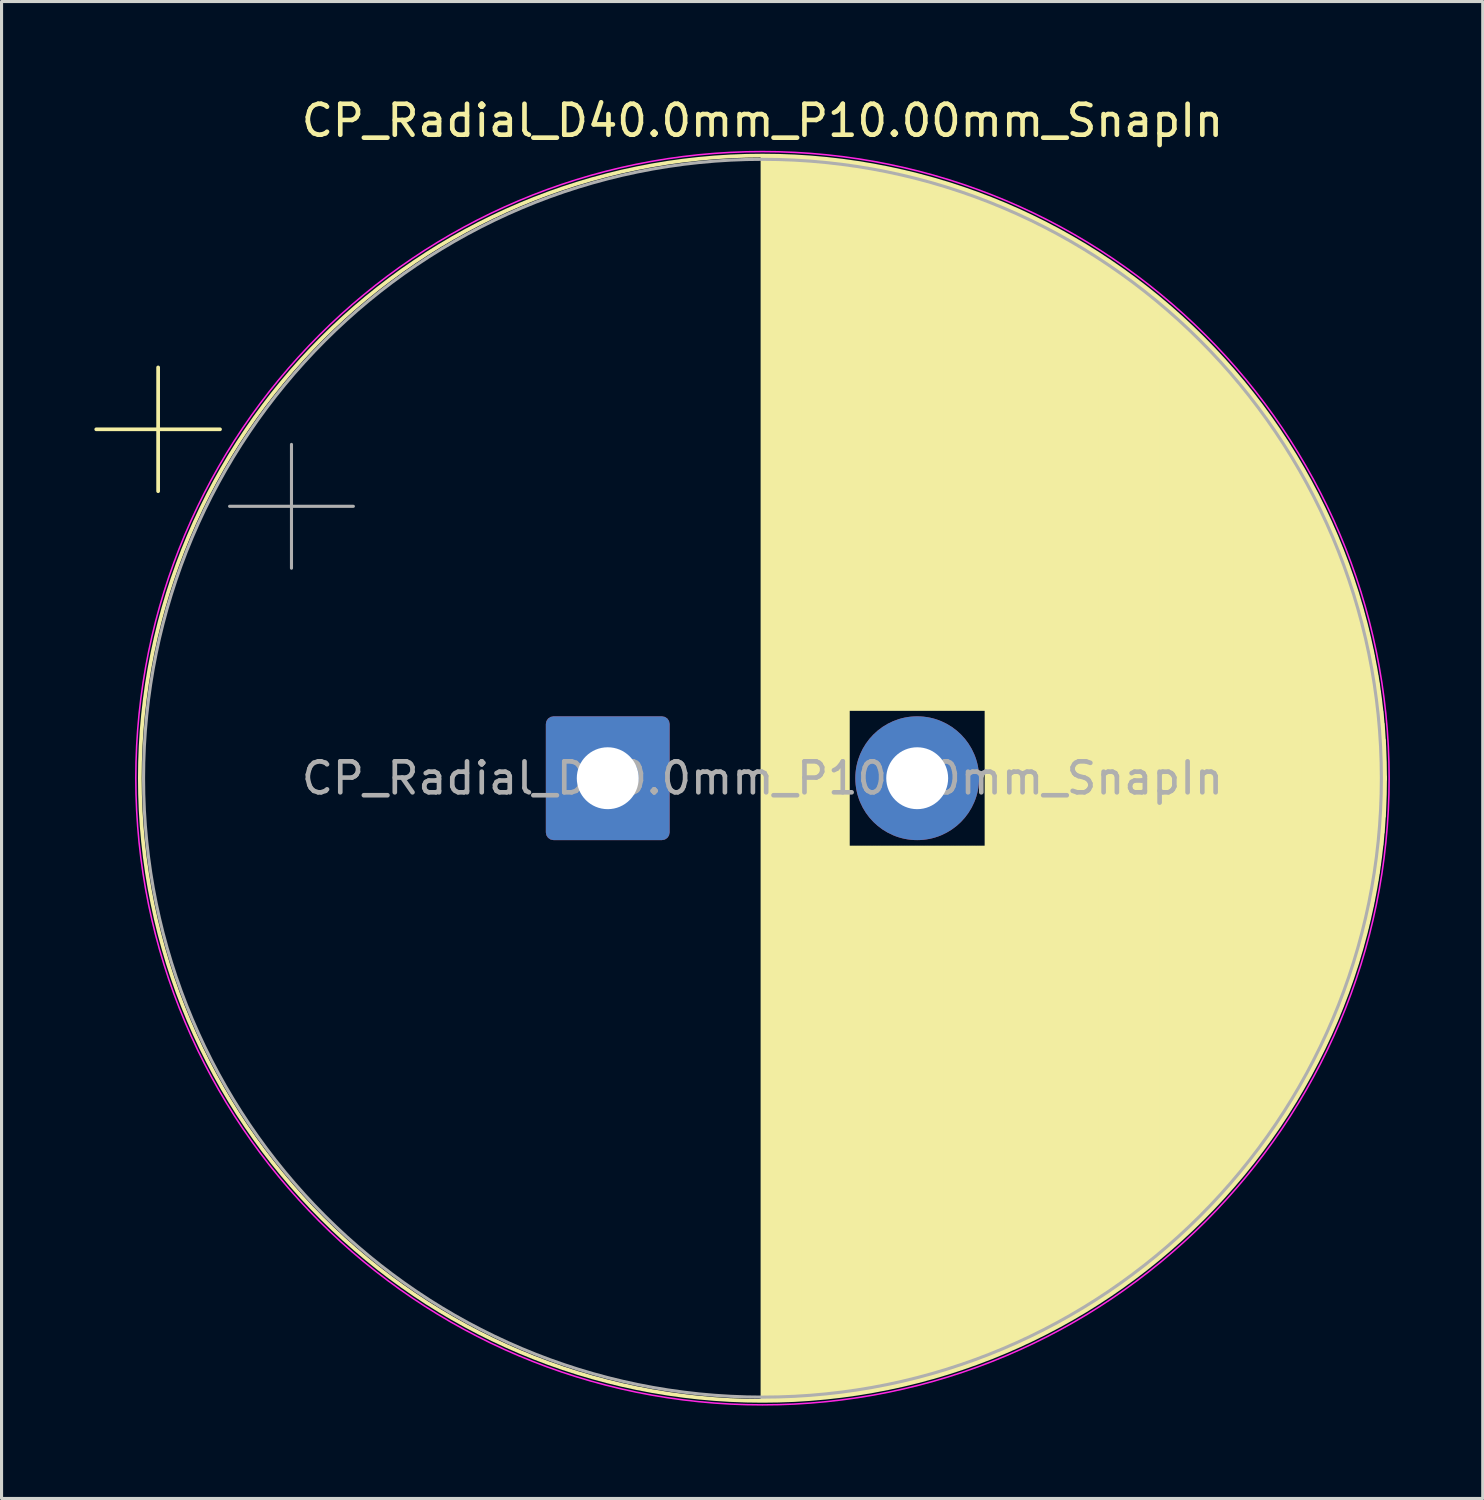
<source format=kicad_pcb>
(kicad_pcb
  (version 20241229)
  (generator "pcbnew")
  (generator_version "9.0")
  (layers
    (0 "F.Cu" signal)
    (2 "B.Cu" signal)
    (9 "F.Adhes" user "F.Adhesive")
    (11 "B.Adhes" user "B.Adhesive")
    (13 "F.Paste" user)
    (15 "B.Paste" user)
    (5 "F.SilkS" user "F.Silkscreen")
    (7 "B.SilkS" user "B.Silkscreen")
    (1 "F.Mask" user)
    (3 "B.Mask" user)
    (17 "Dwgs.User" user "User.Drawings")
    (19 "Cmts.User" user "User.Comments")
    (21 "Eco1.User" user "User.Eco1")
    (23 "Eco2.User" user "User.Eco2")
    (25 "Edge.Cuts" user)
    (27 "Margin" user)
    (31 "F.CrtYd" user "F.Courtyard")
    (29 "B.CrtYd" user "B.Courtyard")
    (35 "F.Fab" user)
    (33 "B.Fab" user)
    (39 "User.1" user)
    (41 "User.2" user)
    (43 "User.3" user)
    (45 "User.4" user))
  (footprint "CP_Radial_D40.0mm_P10.00mm_SnapIn"
    (layer "F.Cu")
    (at 16.589 22.098)
    (property "Reference" "CP_Radial_D40.0mm_P10.00mm_SnapIn" (at 5 -21.25 0) (layer "F.SilkS") (effects (font (size 1 1) (thickness 0.15))))
    (attr through_hole)
    (fp_line (start -16.529 -11.275) (end -12.529 -11.275) (stroke (width 0.12) (type solid)) (layer "F.SilkS"))
    (fp_line (start -14.529 -13.275) (end -14.529 -9.275) (stroke (width 0.12) (type solid)) (layer "F.SilkS"))
    (fp_line (start 5 -20.08) (end 5 20.08) (stroke (width 0.12) (type solid)) (layer "F.SilkS"))
    (fp_line (start 5.04 -20.08) (end 5.04 20.08) (stroke (width 0.12) (type solid)) (layer "F.SilkS"))
    (fp_line (start 5.08 -20.08) (end 5.08 20.08) (stroke (width 0.12) (type solid)) (layer "F.SilkS"))
    (fp_line (start 5.12 -20.08) (end 5.12 20.08) (stroke (width 0.12) (type solid)) (layer "F.SilkS"))
    (fp_line (start 5.16 -20.079) (end 5.16 20.079) (stroke (width 0.12) (type solid)) (layer "F.SilkS"))
    (fp_line (start 5.2 -20.079) (end 5.2 20.079) (stroke (width 0.12) (type solid)) (layer "F.SilkS"))
    (fp_line (start 5.24 -20.079) (end 5.24 20.079) (stroke (width 0.12) (type solid)) (layer "F.SilkS"))
    (fp_line (start 5.28 -20.078) (end 5.28 20.078) (stroke (width 0.12) (type solid)) (layer "F.SilkS"))
    (fp_line (start 5.32 -20.077) (end 5.32 20.077) (stroke (width 0.12) (type solid)) (layer "F.SilkS"))
    (fp_line (start 5.36 -20.077) (end 5.36 20.077) (stroke (width 0.12) (type solid)) (layer "F.SilkS"))
    (fp_line (start 5.4 -20.076) (end 5.4 20.076) (stroke (width 0.12) (type solid)) (layer "F.SilkS"))
    (fp_line (start 5.44 -20.075) (end 5.44 20.075) (stroke (width 0.12) (type solid)) (layer "F.SilkS"))
    (fp_line (start 5.48 -20.074) (end 5.48 20.074) (stroke (width 0.12) (type solid)) (layer "F.SilkS"))
    (fp_line (start 5.52 -20.073) (end 5.52 20.073) (stroke (width 0.12) (type solid)) (layer "F.SilkS"))
    (fp_line (start 5.56 -20.072) (end 5.56 20.072) (stroke (width 0.12) (type solid)) (layer "F.SilkS"))
    (fp_line (start 5.6 -20.071) (end 5.6 20.071) (stroke (width 0.12) (type solid)) (layer "F.SilkS"))
    (fp_line (start 5.64 -20.07) (end 5.64 20.07) (stroke (width 0.12) (type solid)) (layer "F.SilkS"))
    (fp_line (start 5.68 -20.069) (end 5.68 20.069) (stroke (width 0.12) (type solid)) (layer "F.SilkS"))
    (fp_line (start 5.72 -20.067) (end 5.72 20.067) (stroke (width 0.12) (type solid)) (layer "F.SilkS"))
    (fp_line (start 5.76 -20.066) (end 5.76 20.066) (stroke (width 0.12) (type solid)) (layer "F.SilkS"))
    (fp_line (start 5.8 -20.064) (end 5.8 20.064) (stroke (width 0.12) (type solid)) (layer "F.SilkS"))
    (fp_line (start 5.84 -20.062) (end 5.84 20.062) (stroke (width 0.12) (type solid)) (layer "F.SilkS"))
    (fp_line (start 5.88 -20.061) (end 5.88 20.061) (stroke (width 0.12) (type solid)) (layer "F.SilkS"))
    (fp_line (start 5.92 -20.059) (end 5.92 20.059) (stroke (width 0.12) (type solid)) (layer "F.SilkS"))
    (fp_line (start 5.96 -20.057) (end 5.96 20.057) (stroke (width 0.12) (type solid)) (layer "F.SilkS"))
    (fp_line (start 6 -20.055) (end 6 20.055) (stroke (width 0.12) (type solid)) (layer "F.SilkS"))
    (fp_line (start 6.04 -20.053) (end 6.04 20.053) (stroke (width 0.12) (type solid)) (layer "F.SilkS"))
    (fp_line (start 6.08 -20.051) (end 6.08 20.051) (stroke (width 0.12) (type solid)) (layer "F.SilkS"))
    (fp_line (start 6.12 -20.049) (end 6.12 20.049) (stroke (width 0.12) (type solid)) (layer "F.SilkS"))
    (fp_line (start 6.16 -20.047) (end 6.16 20.047) (stroke (width 0.12) (type solid)) (layer "F.SilkS"))
    (fp_line (start 6.2 -20.044) (end 6.2 20.044) (stroke (width 0.12) (type solid)) (layer "F.SilkS"))
    (fp_line (start 6.24 -20.042) (end 6.24 20.042) (stroke (width 0.12) (type solid)) (layer "F.SilkS"))
    (fp_line (start 6.28 -20.039) (end 6.28 20.039) (stroke (width 0.12) (type solid)) (layer "F.SilkS"))
    (fp_line (start 6.32 -20.037) (end 6.32 20.037) (stroke (width 0.12) (type solid)) (layer "F.SilkS"))
    (fp_line (start 6.36 -20.034) (end 6.36 20.034) (stroke (width 0.12) (type solid)) (layer "F.SilkS"))
    (fp_line (start 6.4 -20.031) (end 6.4 20.031) (stroke (width 0.12) (type solid)) (layer "F.SilkS"))
    (fp_line (start 6.44 -20.028) (end 6.44 20.028) (stroke (width 0.12) (type solid)) (layer "F.SilkS"))
    (fp_line (start 6.48 -20.025) (end 6.48 20.025) (stroke (width 0.12) (type solid)) (layer "F.SilkS"))
    (fp_line (start 6.52 -20.023) (end 6.52 20.023) (stroke (width 0.12) (type solid)) (layer "F.SilkS"))
    (fp_line (start 6.56 -20.019) (end 6.56 20.019) (stroke (width 0.12) (type solid)) (layer "F.SilkS"))
    (fp_line (start 6.6 -20.016) (end 6.6 20.016) (stroke (width 0.12) (type solid)) (layer "F.SilkS"))
    (fp_line (start 6.64 -20.013) (end 6.64 20.013) (stroke (width 0.12) (type solid)) (layer "F.SilkS"))
    (fp_line (start 6.68 -20.01) (end 6.68 20.01) (stroke (width 0.12) (type solid)) (layer "F.SilkS"))
    (fp_line (start 6.72 -20.006) (end 6.72 20.006) (stroke (width 0.12) (type solid)) (layer "F.SilkS"))
    (fp_line (start 6.76 -20.003) (end 6.76 20.003) (stroke (width 0.12) (type solid)) (layer "F.SilkS"))
    (fp_line (start 6.8 -19.999) (end 6.8 19.999) (stroke (width 0.12) (type solid)) (layer "F.SilkS"))
    (fp_line (start 6.84 -19.996) (end 6.84 19.996) (stroke (width 0.12) (type solid)) (layer "F.SilkS"))
    (fp_line (start 6.88 -19.992) (end 6.88 19.992) (stroke (width 0.12) (type solid)) (layer "F.SilkS"))
    (fp_line (start 6.92 -19.988) (end 6.92 19.988) (stroke (width 0.12) (type solid)) (layer "F.SilkS"))
    (fp_line (start 6.96 -19.984) (end 6.96 19.984) (stroke (width 0.12) (type solid)) (layer "F.SilkS"))
    (fp_line (start 7 -19.98) (end 7 19.98) (stroke (width 0.12) (type solid)) (layer "F.SilkS"))
    (fp_line (start 7.04 -19.976) (end 7.04 19.976) (stroke (width 0.12) (type solid)) (layer "F.SilkS"))
    (fp_line (start 7.08 -19.972) (end 7.08 19.972) (stroke (width 0.12) (type solid)) (layer "F.SilkS"))
    (fp_line (start 7.12 -19.968) (end 7.12 19.968) (stroke (width 0.12) (type solid)) (layer "F.SilkS"))
    (fp_line (start 7.16 -19.964) (end 7.16 19.964) (stroke (width 0.12) (type solid)) (layer "F.SilkS"))
    (fp_line (start 7.2 -19.959) (end 7.2 19.959) (stroke (width 0.12) (type solid)) (layer "F.SilkS"))
    (fp_line (start 7.24 -19.955) (end 7.24 19.955) (stroke (width 0.12) (type solid)) (layer "F.SilkS"))
    (fp_line (start 7.28 -19.95) (end 7.28 19.95) (stroke (width 0.12) (type solid)) (layer "F.SilkS"))
    (fp_line (start 7.32 -19.946) (end 7.32 19.946) (stroke (width 0.12) (type solid)) (layer "F.SilkS"))
    (fp_line (start 7.36 -19.941) (end 7.36 19.941) (stroke (width 0.12) (type solid)) (layer "F.SilkS"))
    (fp_line (start 7.4 -19.936) (end 7.4 19.936) (stroke (width 0.12) (type solid)) (layer "F.SilkS"))
    (fp_line (start 7.44 -19.931) (end 7.44 19.931) (stroke (width 0.12) (type solid)) (layer "F.SilkS"))
    (fp_line (start 7.48 -19.927) (end 7.48 19.927) (stroke (width 0.12) (type solid)) (layer "F.SilkS"))
    (fp_line (start 7.52 -19.922) (end 7.52 19.922) (stroke (width 0.12) (type solid)) (layer "F.SilkS"))
    (fp_line (start 7.56 -19.916) (end 7.56 19.916) (stroke (width 0.12) (type solid)) (layer "F.SilkS"))
    (fp_line (start 7.6 -19.911) (end 7.6 19.911) (stroke (width 0.12) (type solid)) (layer "F.SilkS"))
    (fp_line (start 7.64 -19.906) (end 7.64 19.906) (stroke (width 0.12) (type solid)) (layer "F.SilkS"))
    (fp_line (start 7.68 -19.901) (end 7.68 19.901) (stroke (width 0.12) (type solid)) (layer "F.SilkS"))
    (fp_line (start 7.72 -19.895) (end 7.72 19.895) (stroke (width 0.12) (type solid)) (layer "F.SilkS"))
    (fp_line (start 7.76 -19.89) (end 7.76 19.89) (stroke (width 0.12) (type solid)) (layer "F.SilkS"))
    (fp_line (start 7.8 -19.884) (end 7.8 -2.24) (stroke (width 0.12) (type solid)) (layer "F.SilkS"))
    (fp_line (start 7.8 2.24) (end 7.8 19.884) (stroke (width 0.12) (type solid)) (layer "F.SilkS"))
    (fp_line (start 7.84 -19.879) (end 7.84 -2.24) (stroke (width 0.12) (type solid)) (layer "F.SilkS"))
    (fp_line (start 7.84 2.24) (end 7.84 19.879) (stroke (width 0.12) (type solid)) (layer "F.SilkS"))
    (fp_line (start 7.88 -19.873) (end 7.88 -2.24) (stroke (width 0.12) (type solid)) (layer "F.SilkS"))
    (fp_line (start 7.88 2.24) (end 7.88 19.873) (stroke (width 0.12) (type solid)) (layer "F.SilkS"))
    (fp_line (start 7.92 -19.867) (end 7.92 -2.24) (stroke (width 0.12) (type solid)) (layer "F.SilkS"))
    (fp_line (start 7.92 2.24) (end 7.92 19.867) (stroke (width 0.12) (type solid)) (layer "F.SilkS"))
    (fp_line (start 7.96 -19.861) (end 7.96 -2.24) (stroke (width 0.12) (type solid)) (layer "F.SilkS"))
    (fp_line (start 7.96 2.24) (end 7.96 19.861) (stroke (width 0.12) (type solid)) (layer "F.SilkS"))
    (fp_line (start 8 -19.855) (end 8 -2.24) (stroke (width 0.12) (type solid)) (layer "F.SilkS"))
    (fp_line (start 8 2.24) (end 8 19.855) (stroke (width 0.12) (type solid)) (layer "F.SilkS"))
    (fp_line (start 8.04 -19.849) (end 8.04 -2.24) (stroke (width 0.12) (type solid)) (layer "F.SilkS"))
    (fp_line (start 8.04 2.24) (end 8.04 19.849) (stroke (width 0.12) (type solid)) (layer "F.SilkS"))
    (fp_line (start 8.08 -19.843) (end 8.08 -2.24) (stroke (width 0.12) (type solid)) (layer "F.SilkS"))
    (fp_line (start 8.08 2.24) (end 8.08 19.843) (stroke (width 0.12) (type solid)) (layer "F.SilkS"))
    (fp_line (start 8.12 -19.837) (end 8.12 -2.24) (stroke (width 0.12) (type solid)) (layer "F.SilkS"))
    (fp_line (start 8.12 2.24) (end 8.12 19.837) (stroke (width 0.12) (type solid)) (layer "F.SilkS"))
    (fp_line (start 8.16 -19.83) (end 8.16 -2.24) (stroke (width 0.12) (type solid)) (layer "F.SilkS"))
    (fp_line (start 8.16 2.24) (end 8.16 19.83) (stroke (width 0.12) (type solid)) (layer "F.SilkS"))
    (fp_line (start 8.2 -19.824) (end 8.2 -2.24) (stroke (width 0.12) (type solid)) (layer "F.SilkS"))
    (fp_line (start 8.2 2.24) (end 8.2 19.824) (stroke (width 0.12) (type solid)) (layer "F.SilkS"))
    (fp_line (start 8.24 -19.817) (end 8.24 -2.24) (stroke (width 0.12) (type solid)) (layer "F.SilkS"))
    (fp_line (start 8.24 2.24) (end 8.24 19.817) (stroke (width 0.12) (type solid)) (layer "F.SilkS"))
    (fp_line (start 8.28 -19.811) (end 8.28 -2.24) (stroke (width 0.12) (type solid)) (layer "F.SilkS"))
    (fp_line (start 8.28 2.24) (end 8.28 19.811) (stroke (width 0.12) (type solid)) (layer "F.SilkS"))
    (fp_line (start 8.32 -19.804) (end 8.32 -2.24) (stroke (width 0.12) (type solid)) (layer "F.SilkS"))
    (fp_line (start 8.32 2.24) (end 8.32 19.804) (stroke (width 0.12) (type solid)) (layer "F.SilkS"))
    (fp_line (start 8.36 -19.797) (end 8.36 -2.24) (stroke (width 0.12) (type solid)) (layer "F.SilkS"))
    (fp_line (start 8.36 2.24) (end 8.36 19.797) (stroke (width 0.12) (type solid)) (layer "F.SilkS"))
    (fp_line (start 8.4 -19.791) (end 8.4 -2.24) (stroke (width 0.12) (type solid)) (layer "F.SilkS"))
    (fp_line (start 8.4 2.24) (end 8.4 19.791) (stroke (width 0.12) (type solid)) (layer "F.SilkS"))
    (fp_line (start 8.44 -19.784) (end 8.44 -2.24) (stroke (width 0.12) (type solid)) (layer "F.SilkS"))
    (fp_line (start 8.44 2.24) (end 8.44 19.784) (stroke (width 0.12) (type solid)) (layer "F.SilkS"))
    (fp_line (start 8.48 -19.777) (end 8.48 -2.24) (stroke (width 0.12) (type solid)) (layer "F.SilkS"))
    (fp_line (start 8.48 2.24) (end 8.48 19.777) (stroke (width 0.12) (type solid)) (layer "F.SilkS"))
    (fp_line (start 8.52 -19.77) (end 8.52 -2.24) (stroke (width 0.12) (type solid)) (layer "F.SilkS"))
    (fp_line (start 8.52 2.24) (end 8.52 19.77) (stroke (width 0.12) (type solid)) (layer "F.SilkS"))
    (fp_line (start 8.56 -19.763) (end 8.56 -2.24) (stroke (width 0.12) (type solid)) (layer "F.SilkS"))
    (fp_line (start 8.56 2.24) (end 8.56 19.763) (stroke (width 0.12) (type solid)) (layer "F.SilkS"))
    (fp_line (start 8.6 -19.755) (end 8.6 -2.24) (stroke (width 0.12) (type solid)) (layer "F.SilkS"))
    (fp_line (start 8.6 2.24) (end 8.6 19.755) (stroke (width 0.12) (type solid)) (layer "F.SilkS"))
    (fp_line (start 8.64 -19.748) (end 8.64 -2.24) (stroke (width 0.12) (type solid)) (layer "F.SilkS"))
    (fp_line (start 8.64 2.24) (end 8.64 19.748) (stroke (width 0.12) (type solid)) (layer "F.SilkS"))
    (fp_line (start 8.68 -19.741) (end 8.68 -2.24) (stroke (width 0.12) (type solid)) (layer "F.SilkS"))
    (fp_line (start 8.68 2.24) (end 8.68 19.741) (stroke (width 0.12) (type solid)) (layer "F.SilkS"))
    (fp_line (start 8.72 -19.733) (end 8.72 -2.24) (stroke (width 0.12) (type solid)) (layer "F.SilkS"))
    (fp_line (start 8.72 2.24) (end 8.72 19.733) (stroke (width 0.12) (type solid)) (layer "F.SilkS"))
    (fp_line (start 8.76 -19.726) (end 8.76 -2.24) (stroke (width 0.12) (type solid)) (layer "F.SilkS"))
    (fp_line (start 8.76 2.24) (end 8.76 19.726) (stroke (width 0.12) (type solid)) (layer "F.SilkS"))
    (fp_line (start 8.8 -19.718) (end 8.8 -2.24) (stroke (width 0.12) (type solid)) (layer "F.SilkS"))
    (fp_line (start 8.8 2.24) (end 8.8 19.718) (stroke (width 0.12) (type solid)) (layer "F.SilkS"))
    (fp_line (start 8.84 -19.71) (end 8.84 -2.24) (stroke (width 0.12) (type solid)) (layer "F.SilkS"))
    (fp_line (start 8.84 2.24) (end 8.84 19.71) (stroke (width 0.12) (type solid)) (layer "F.SilkS"))
    (fp_line (start 8.88 -19.702) (end 8.88 -2.24) (stroke (width 0.12) (type solid)) (layer "F.SilkS"))
    (fp_line (start 8.88 2.24) (end 8.88 19.702) (stroke (width 0.12) (type solid)) (layer "F.SilkS"))
    (fp_line (start 8.92 -19.694) (end 8.92 -2.24) (stroke (width 0.12) (type solid)) (layer "F.SilkS"))
    (fp_line (start 8.92 2.24) (end 8.92 19.694) (stroke (width 0.12) (type solid)) (layer "F.SilkS"))
    (fp_line (start 8.96 -19.686) (end 8.96 -2.24) (stroke (width 0.12) (type solid)) (layer "F.SilkS"))
    (fp_line (start 8.96 2.24) (end 8.96 19.686) (stroke (width 0.12) (type solid)) (layer "F.SilkS"))
    (fp_line (start 9 -19.678) (end 9 -2.24) (stroke (width 0.12) (type solid)) (layer "F.SilkS"))
    (fp_line (start 9 2.24) (end 9 19.678) (stroke (width 0.12) (type solid)) (layer "F.SilkS"))
    (fp_line (start 9.04 -19.67) (end 9.04 -2.24) (stroke (width 0.12) (type solid)) (layer "F.SilkS"))
    (fp_line (start 9.04 2.24) (end 9.04 19.67) (stroke (width 0.12) (type solid)) (layer "F.SilkS"))
    (fp_line (start 9.08 -19.662) (end 9.08 -2.24) (stroke (width 0.12) (type solid)) (layer "F.SilkS"))
    (fp_line (start 9.08 2.24) (end 9.08 19.662) (stroke (width 0.12) (type solid)) (layer "F.SilkS"))
    (fp_line (start 9.12 -19.654) (end 9.12 -2.24) (stroke (width 0.12) (type solid)) (layer "F.SilkS"))
    (fp_line (start 9.12 2.24) (end 9.12 19.654) (stroke (width 0.12) (type solid)) (layer "F.SilkS"))
    (fp_line (start 9.16 -19.645) (end 9.16 -2.24) (stroke (width 0.12) (type solid)) (layer "F.SilkS"))
    (fp_line (start 9.16 2.24) (end 9.16 19.645) (stroke (width 0.12) (type solid)) (layer "F.SilkS"))
    (fp_line (start 9.2 -19.637) (end 9.2 -2.24) (stroke (width 0.12) (type solid)) (layer "F.SilkS"))
    (fp_line (start 9.2 2.24) (end 9.2 19.637) (stroke (width 0.12) (type solid)) (layer "F.SilkS"))
    (fp_line (start 9.24 -19.628) (end 9.24 -2.24) (stroke (width 0.12) (type solid)) (layer "F.SilkS"))
    (fp_line (start 9.24 2.24) (end 9.24 19.628) (stroke (width 0.12) (type solid)) (layer "F.SilkS"))
    (fp_line (start 9.28 -19.62) (end 9.28 -2.24) (stroke (width 0.12) (type solid)) (layer "F.SilkS"))
    (fp_line (start 9.28 2.24) (end 9.28 19.62) (stroke (width 0.12) (type solid)) (layer "F.SilkS"))
    (fp_line (start 9.32 -19.611) (end 9.32 -2.24) (stroke (width 0.12) (type solid)) (layer "F.SilkS"))
    (fp_line (start 9.32 2.24) (end 9.32 19.611) (stroke (width 0.12) (type solid)) (layer "F.SilkS"))
    (fp_line (start 9.36 -19.602) (end 9.36 -2.24) (stroke (width 0.12) (type solid)) (layer "F.SilkS"))
    (fp_line (start 9.36 2.24) (end 9.36 19.602) (stroke (width 0.12) (type solid)) (layer "F.SilkS"))
    (fp_line (start 9.4 -19.593) (end 9.4 -2.24) (stroke (width 0.12) (type solid)) (layer "F.SilkS"))
    (fp_line (start 9.4 2.24) (end 9.4 19.593) (stroke (width 0.12) (type solid)) (layer "F.SilkS"))
    (fp_line (start 9.44 -19.584) (end 9.44 -2.24) (stroke (width 0.12) (type solid)) (layer "F.SilkS"))
    (fp_line (start 9.44 2.24) (end 9.44 19.584) (stroke (width 0.12) (type solid)) (layer "F.SilkS"))
    (fp_line (start 9.48 -19.575) (end 9.48 -2.24) (stroke (width 0.12) (type solid)) (layer "F.SilkS"))
    (fp_line (start 9.48 2.24) (end 9.48 19.575) (stroke (width 0.12) (type solid)) (layer "F.SilkS"))
    (fp_line (start 9.52 -19.566) (end 9.52 -2.24) (stroke (width 0.12) (type solid)) (layer "F.SilkS"))
    (fp_line (start 9.52 2.24) (end 9.52 19.566) (stroke (width 0.12) (type solid)) (layer "F.SilkS"))
    (fp_line (start 9.56 -19.556) (end 9.56 -2.24) (stroke (width 0.12) (type solid)) (layer "F.SilkS"))
    (fp_line (start 9.56 2.24) (end 9.56 19.556) (stroke (width 0.12) (type solid)) (layer "F.SilkS"))
    (fp_line (start 9.6 -19.547) (end 9.6 -2.24) (stroke (width 0.12) (type solid)) (layer "F.SilkS"))
    (fp_line (start 9.6 2.24) (end 9.6 19.547) (stroke (width 0.12) (type solid)) (layer "F.SilkS"))
    (fp_line (start 9.64 -19.538) (end 9.64 -2.24) (stroke (width 0.12) (type solid)) (layer "F.SilkS"))
    (fp_line (start 9.64 2.24) (end 9.64 19.538) (stroke (width 0.12) (type solid)) (layer "F.SilkS"))
    (fp_line (start 9.68 -19.528) (end 9.68 -2.24) (stroke (width 0.12) (type solid)) (layer "F.SilkS"))
    (fp_line (start 9.68 2.24) (end 9.68 19.528) (stroke (width 0.12) (type solid)) (layer "F.SilkS"))
    (fp_line (start 9.72 -19.519) (end 9.72 -2.24) (stroke (width 0.12) (type solid)) (layer "F.SilkS"))
    (fp_line (start 9.72 2.24) (end 9.72 19.519) (stroke (width 0.12) (type solid)) (layer "F.SilkS"))
    (fp_line (start 9.76 -19.509) (end 9.76 -2.24) (stroke (width 0.12) (type solid)) (layer "F.SilkS"))
    (fp_line (start 9.76 2.24) (end 9.76 19.509) (stroke (width 0.12) (type solid)) (layer "F.SilkS"))
    (fp_line (start 9.8 -19.499) (end 9.8 -2.24) (stroke (width 0.12) (type solid)) (layer "F.SilkS"))
    (fp_line (start 9.8 2.24) (end 9.8 19.499) (stroke (width 0.12) (type solid)) (layer "F.SilkS"))
    (fp_line (start 9.84 -19.489) (end 9.84 -2.24) (stroke (width 0.12) (type solid)) (layer "F.SilkS"))
    (fp_line (start 9.84 2.24) (end 9.84 19.489) (stroke (width 0.12) (type solid)) (layer "F.SilkS"))
    (fp_line (start 9.88 -19.479) (end 9.88 -2.24) (stroke (width 0.12) (type solid)) (layer "F.SilkS"))
    (fp_line (start 9.88 2.24) (end 9.88 19.479) (stroke (width 0.12) (type solid)) (layer "F.SilkS"))
    (fp_line (start 9.92 -19.469) (end 9.92 -2.24) (stroke (width 0.12) (type solid)) (layer "F.SilkS"))
    (fp_line (start 9.92 2.24) (end 9.92 19.469) (stroke (width 0.12) (type solid)) (layer "F.SilkS"))
    (fp_line (start 9.96 -19.459) (end 9.96 -2.24) (stroke (width 0.12) (type solid)) (layer "F.SilkS"))
    (fp_line (start 9.96 2.24) (end 9.96 19.459) (stroke (width 0.12) (type solid)) (layer "F.SilkS"))
    (fp_line (start 10 -19.449) (end 10 -2.24) (stroke (width 0.12) (type solid)) (layer "F.SilkS"))
    (fp_line (start 10 2.24) (end 10 19.449) (stroke (width 0.12) (type solid)) (layer "F.SilkS"))
    (fp_line (start 10.04 -19.439) (end 10.04 -2.24) (stroke (width 0.12) (type solid)) (layer "F.SilkS"))
    (fp_line (start 10.04 2.24) (end 10.04 19.439) (stroke (width 0.12) (type solid)) (layer "F.SilkS"))
    (fp_line (start 10.08 -19.428) (end 10.08 -2.24) (stroke (width 0.12) (type solid)) (layer "F.SilkS"))
    (fp_line (start 10.08 2.24) (end 10.08 19.428) (stroke (width 0.12) (type solid)) (layer "F.SilkS"))
    (fp_line (start 10.12 -19.418) (end 10.12 -2.24) (stroke (width 0.12) (type solid)) (layer "F.SilkS"))
    (fp_line (start 10.12 2.24) (end 10.12 19.418) (stroke (width 0.12) (type solid)) (layer "F.SilkS"))
    (fp_line (start 10.16 -19.407) (end 10.16 -2.24) (stroke (width 0.12) (type solid)) (layer "F.SilkS"))
    (fp_line (start 10.16 2.24) (end 10.16 19.407) (stroke (width 0.12) (type solid)) (layer "F.SilkS"))
    (fp_line (start 10.2 -19.396) (end 10.2 -2.24) (stroke (width 0.12) (type solid)) (layer "F.SilkS"))
    (fp_line (start 10.2 2.24) (end 10.2 19.396) (stroke (width 0.12) (type solid)) (layer "F.SilkS"))
    (fp_line (start 10.24 -19.386) (end 10.24 -2.24) (stroke (width 0.12) (type solid)) (layer "F.SilkS"))
    (fp_line (start 10.24 2.24) (end 10.24 19.386) (stroke (width 0.12) (type solid)) (layer "F.SilkS"))
    (fp_line (start 10.28 -19.375) (end 10.28 -2.24) (stroke (width 0.12) (type solid)) (layer "F.SilkS"))
    (fp_line (start 10.28 2.24) (end 10.28 19.375) (stroke (width 0.12) (type solid)) (layer "F.SilkS"))
    (fp_line (start 10.32 -19.364) (end 10.32 -2.24) (stroke (width 0.12) (type solid)) (layer "F.SilkS"))
    (fp_line (start 10.32 2.24) (end 10.32 19.364) (stroke (width 0.12) (type solid)) (layer "F.SilkS"))
    (fp_line (start 10.36 -19.353) (end 10.36 -2.24) (stroke (width 0.12) (type solid)) (layer "F.SilkS"))
    (fp_line (start 10.36 2.24) (end 10.36 19.353) (stroke (width 0.12) (type solid)) (layer "F.SilkS"))
    (fp_line (start 10.4 -19.342) (end 10.4 -2.24) (stroke (width 0.12) (type solid)) (layer "F.SilkS"))
    (fp_line (start 10.4 2.24) (end 10.4 19.342) (stroke (width 0.12) (type solid)) (layer "F.SilkS"))
    (fp_line (start 10.44 -19.331) (end 10.44 -2.24) (stroke (width 0.12) (type solid)) (layer "F.SilkS"))
    (fp_line (start 10.44 2.24) (end 10.44 19.331) (stroke (width 0.12) (type solid)) (layer "F.SilkS"))
    (fp_line (start 10.48 -19.319) (end 10.48 -2.24) (stroke (width 0.12) (type solid)) (layer "F.SilkS"))
    (fp_line (start 10.48 2.24) (end 10.48 19.319) (stroke (width 0.12) (type solid)) (layer "F.SilkS"))
    (fp_line (start 10.52 -19.308) (end 10.52 -2.24) (stroke (width 0.12) (type solid)) (layer "F.SilkS"))
    (fp_line (start 10.52 2.24) (end 10.52 19.308) (stroke (width 0.12) (type solid)) (layer "F.SilkS"))
    (fp_line (start 10.56 -19.297) (end 10.56 -2.24) (stroke (width 0.12) (type solid)) (layer "F.SilkS"))
    (fp_line (start 10.56 2.24) (end 10.56 19.297) (stroke (width 0.12) (type solid)) (layer "F.SilkS"))
    (fp_line (start 10.6 -19.285) (end 10.6 -2.24) (stroke (width 0.12) (type solid)) (layer "F.SilkS"))
    (fp_line (start 10.6 2.24) (end 10.6 19.285) (stroke (width 0.12) (type solid)) (layer "F.SilkS"))
    (fp_line (start 10.64 -19.273) (end 10.64 -2.24) (stroke (width 0.12) (type solid)) (layer "F.SilkS"))
    (fp_line (start 10.64 2.24) (end 10.64 19.273) (stroke (width 0.12) (type solid)) (layer "F.SilkS"))
    (fp_line (start 10.68 -19.262) (end 10.68 -2.24) (stroke (width 0.12) (type solid)) (layer "F.SilkS"))
    (fp_line (start 10.68 2.24) (end 10.68 19.262) (stroke (width 0.12) (type solid)) (layer "F.SilkS"))
    (fp_line (start 10.72 -19.25) (end 10.72 -2.24) (stroke (width 0.12) (type solid)) (layer "F.SilkS"))
    (fp_line (start 10.72 2.24) (end 10.72 19.25) (stroke (width 0.12) (type solid)) (layer "F.SilkS"))
    (fp_line (start 10.76 -19.238) (end 10.76 -2.24) (stroke (width 0.12) (type solid)) (layer "F.SilkS"))
    (fp_line (start 10.76 2.24) (end 10.76 19.238) (stroke (width 0.12) (type solid)) (layer "F.SilkS"))
    (fp_line (start 10.8 -19.226) (end 10.8 -2.24) (stroke (width 0.12) (type solid)) (layer "F.SilkS"))
    (fp_line (start 10.8 2.24) (end 10.8 19.226) (stroke (width 0.12) (type solid)) (layer "F.SilkS"))
    (fp_line (start 10.84 -19.214) (end 10.84 -2.24) (stroke (width 0.12) (type solid)) (layer "F.SilkS"))
    (fp_line (start 10.84 2.24) (end 10.84 19.214) (stroke (width 0.12) (type solid)) (layer "F.SilkS"))
    (fp_line (start 10.88 -19.202) (end 10.88 -2.24) (stroke (width 0.12) (type solid)) (layer "F.SilkS"))
    (fp_line (start 10.88 2.24) (end 10.88 19.202) (stroke (width 0.12) (type solid)) (layer "F.SilkS"))
    (fp_line (start 10.92 -19.189) (end 10.92 -2.24) (stroke (width 0.12) (type solid)) (layer "F.SilkS"))
    (fp_line (start 10.92 2.24) (end 10.92 19.189) (stroke (width 0.12) (type solid)) (layer "F.SilkS"))
    (fp_line (start 10.96 -19.177) (end 10.96 -2.24) (stroke (width 0.12) (type solid)) (layer "F.SilkS"))
    (fp_line (start 10.96 2.24) (end 10.96 19.177) (stroke (width 0.12) (type solid)) (layer "F.SilkS"))
    (fp_line (start 11 -19.165) (end 11 -2.24) (stroke (width 0.12) (type solid)) (layer "F.SilkS"))
    (fp_line (start 11 2.24) (end 11 19.165) (stroke (width 0.12) (type solid)) (layer "F.SilkS"))
    (fp_line (start 11.04 -19.152) (end 11.04 -2.24) (stroke (width 0.12) (type solid)) (layer "F.SilkS"))
    (fp_line (start 11.04 2.24) (end 11.04 19.152) (stroke (width 0.12) (type solid)) (layer "F.SilkS"))
    (fp_line (start 11.08 -19.139) (end 11.08 -2.24) (stroke (width 0.12) (type solid)) (layer "F.SilkS"))
    (fp_line (start 11.08 2.24) (end 11.08 19.139) (stroke (width 0.12) (type solid)) (layer "F.SilkS"))
    (fp_line (start 11.12 -19.127) (end 11.12 -2.24) (stroke (width 0.12) (type solid)) (layer "F.SilkS"))
    (fp_line (start 11.12 2.24) (end 11.12 19.127) (stroke (width 0.12) (type solid)) (layer "F.SilkS"))
    (fp_line (start 11.16 -19.114) (end 11.16 -2.24) (stroke (width 0.12) (type solid)) (layer "F.SilkS"))
    (fp_line (start 11.16 2.24) (end 11.16 19.114) (stroke (width 0.12) (type solid)) (layer "F.SilkS"))
    (fp_line (start 11.2 -19.101) (end 11.2 -2.24) (stroke (width 0.12) (type solid)) (layer "F.SilkS"))
    (fp_line (start 11.2 2.24) (end 11.2 19.101) (stroke (width 0.12) (type solid)) (layer "F.SilkS"))
    (fp_line (start 11.24 -19.088) (end 11.24 -2.24) (stroke (width 0.12) (type solid)) (layer "F.SilkS"))
    (fp_line (start 11.24 2.24) (end 11.24 19.088) (stroke (width 0.12) (type solid)) (layer "F.SilkS"))
    (fp_line (start 11.28 -19.075) (end 11.28 -2.24) (stroke (width 0.12) (type solid)) (layer "F.SilkS"))
    (fp_line (start 11.28 2.24) (end 11.28 19.075) (stroke (width 0.12) (type solid)) (layer "F.SilkS"))
    (fp_line (start 11.32 -19.062) (end 11.32 -2.24) (stroke (width 0.12) (type solid)) (layer "F.SilkS"))
    (fp_line (start 11.32 2.24) (end 11.32 19.062) (stroke (width 0.12) (type solid)) (layer "F.SilkS"))
    (fp_line (start 11.36 -19.048) (end 11.36 -2.24) (stroke (width 0.12) (type solid)) (layer "F.SilkS"))
    (fp_line (start 11.36 2.24) (end 11.36 19.048) (stroke (width 0.12) (type solid)) (layer "F.SilkS"))
    (fp_line (start 11.4 -19.035) (end 11.4 -2.24) (stroke (width 0.12) (type solid)) (layer "F.SilkS"))
    (fp_line (start 11.4 2.24) (end 11.4 19.035) (stroke (width 0.12) (type solid)) (layer "F.SilkS"))
    (fp_line (start 11.44 -19.022) (end 11.44 -2.24) (stroke (width 0.12) (type solid)) (layer "F.SilkS"))
    (fp_line (start 11.44 2.24) (end 11.44 19.022) (stroke (width 0.12) (type solid)) (layer "F.SilkS"))
    (fp_line (start 11.48 -19.008) (end 11.48 -2.24) (stroke (width 0.12) (type solid)) (layer "F.SilkS"))
    (fp_line (start 11.48 2.24) (end 11.48 19.008) (stroke (width 0.12) (type solid)) (layer "F.SilkS"))
    (fp_line (start 11.52 -18.994) (end 11.52 -2.24) (stroke (width 0.12) (type solid)) (layer "F.SilkS"))
    (fp_line (start 11.52 2.24) (end 11.52 18.994) (stroke (width 0.12) (type solid)) (layer "F.SilkS"))
    (fp_line (start 11.56 -18.981) (end 11.56 -2.24) (stroke (width 0.12) (type solid)) (layer "F.SilkS"))
    (fp_line (start 11.56 2.24) (end 11.56 18.981) (stroke (width 0.12) (type solid)) (layer "F.SilkS"))
    (fp_line (start 11.6 -18.967) (end 11.6 -2.24) (stroke (width 0.12) (type solid)) (layer "F.SilkS"))
    (fp_line (start 11.6 2.24) (end 11.6 18.967) (stroke (width 0.12) (type solid)) (layer "F.SilkS"))
    (fp_line (start 11.64 -18.953) (end 11.64 -2.24) (stroke (width 0.12) (type solid)) (layer "F.SilkS"))
    (fp_line (start 11.64 2.24) (end 11.64 18.953) (stroke (width 0.12) (type solid)) (layer "F.SilkS"))
    (fp_line (start 11.68 -18.939) (end 11.68 -2.24) (stroke (width 0.12) (type solid)) (layer "F.SilkS"))
    (fp_line (start 11.68 2.24) (end 11.68 18.939) (stroke (width 0.12) (type solid)) (layer "F.SilkS"))
    (fp_line (start 11.72 -18.925) (end 11.72 -2.24) (stroke (width 0.12) (type solid)) (layer "F.SilkS"))
    (fp_line (start 11.72 2.24) (end 11.72 18.925) (stroke (width 0.12) (type solid)) (layer "F.SilkS"))
    (fp_line (start 11.76 -18.91) (end 11.76 -2.24) (stroke (width 0.12) (type solid)) (layer "F.SilkS"))
    (fp_line (start 11.76 2.24) (end 11.76 18.91) (stroke (width 0.12) (type solid)) (layer "F.SilkS"))
    (fp_line (start 11.8 -18.896) (end 11.8 -2.24) (stroke (width 0.12) (type solid)) (layer "F.SilkS"))
    (fp_line (start 11.8 2.24) (end 11.8 18.896) (stroke (width 0.12) (type solid)) (layer "F.SilkS"))
    (fp_line (start 11.84 -18.882) (end 11.84 -2.24) (stroke (width 0.12) (type solid)) (layer "F.SilkS"))
    (fp_line (start 11.84 2.24) (end 11.84 18.882) (stroke (width 0.12) (type solid)) (layer "F.SilkS"))
    (fp_line (start 11.88 -18.867) (end 11.88 -2.24) (stroke (width 0.12) (type solid)) (layer "F.SilkS"))
    (fp_line (start 11.88 2.24) (end 11.88 18.867) (stroke (width 0.12) (type solid)) (layer "F.SilkS"))
    (fp_line (start 11.92 -18.853) (end 11.92 -2.24) (stroke (width 0.12) (type solid)) (layer "F.SilkS"))
    (fp_line (start 11.92 2.24) (end 11.92 18.853) (stroke (width 0.12) (type solid)) (layer "F.SilkS"))
    (fp_line (start 11.96 -18.838) (end 11.96 -2.24) (stroke (width 0.12) (type solid)) (layer "F.SilkS"))
    (fp_line (start 11.96 2.24) (end 11.96 18.838) (stroke (width 0.12) (type solid)) (layer "F.SilkS"))
    (fp_line (start 12 -18.823) (end 12 -2.24) (stroke (width 0.12) (type solid)) (layer "F.SilkS"))
    (fp_line (start 12 2.24) (end 12 18.823) (stroke (width 0.12) (type solid)) (layer "F.SilkS"))
    (fp_line (start 12.04 -18.808) (end 12.04 -2.24) (stroke (width 0.12) (type solid)) (layer "F.SilkS"))
    (fp_line (start 12.04 2.24) (end 12.04 18.808) (stroke (width 0.12) (type solid)) (layer "F.SilkS"))
    (fp_line (start 12.08 -18.793) (end 12.08 -2.24) (stroke (width 0.12) (type solid)) (layer "F.SilkS"))
    (fp_line (start 12.08 2.24) (end 12.08 18.793) (stroke (width 0.12) (type solid)) (layer "F.SilkS"))
    (fp_line (start 12.12 -18.778) (end 12.12 -2.24) (stroke (width 0.12) (type solid)) (layer "F.SilkS"))
    (fp_line (start 12.12 2.24) (end 12.12 18.778) (stroke (width 0.12) (type solid)) (layer "F.SilkS"))
    (fp_line (start 12.16 -18.763) (end 12.16 -2.24) (stroke (width 0.12) (type solid)) (layer "F.SilkS"))
    (fp_line (start 12.16 2.24) (end 12.16 18.763) (stroke (width 0.12) (type solid)) (layer "F.SilkS"))
    (fp_line (start 12.2 -18.748) (end 12.2 -2.24) (stroke (width 0.12) (type solid)) (layer "F.SilkS"))
    (fp_line (start 12.2 2.24) (end 12.2 18.748) (stroke (width 0.12) (type solid)) (layer "F.SilkS"))
    (fp_line (start 12.24 -18.732) (end 12.24 18.732) (stroke (width 0.12) (type solid)) (layer "F.SilkS"))
    (fp_line (start 12.28 -18.717) (end 12.28 18.717) (stroke (width 0.12) (type solid)) (layer "F.SilkS"))
    (fp_line (start 12.32 -18.701) (end 12.32 18.701) (stroke (width 0.12) (type solid)) (layer "F.SilkS"))
    (fp_line (start 12.36 -18.686) (end 12.36 18.686) (stroke (width 0.12) (type solid)) (layer "F.SilkS"))
    (fp_line (start 12.4 -18.67) (end 12.4 18.67) (stroke (width 0.12) (type solid)) (layer "F.SilkS"))
    (fp_line (start 12.44 -18.654) (end 12.44 18.654) (stroke (width 0.12) (type solid)) (layer "F.SilkS"))
    (fp_line (start 12.48 -18.638) (end 12.48 18.638) (stroke (width 0.12) (type solid)) (layer "F.SilkS"))
    (fp_line (start 12.52 -18.622) (end 12.52 18.622) (stroke (width 0.12) (type solid)) (layer "F.SilkS"))
    (fp_line (start 12.56 -18.606) (end 12.56 18.606) (stroke (width 0.12) (type solid)) (layer "F.SilkS"))
    (fp_line (start 12.6 -18.589) (end 12.6 18.589) (stroke (width 0.12) (type solid)) (layer "F.SilkS"))
    (fp_line (start 12.64 -18.573) (end 12.64 18.573) (stroke (width 0.12) (type solid)) (layer "F.SilkS"))
    (fp_line (start 12.68 -18.557) (end 12.68 18.557) (stroke (width 0.12) (type solid)) (layer "F.SilkS"))
    (fp_line (start 12.72 -18.54) (end 12.72 18.54) (stroke (width 0.12) (type solid)) (layer "F.SilkS"))
    (fp_line (start 12.76 -18.523) (end 12.76 18.523) (stroke (width 0.12) (type solid)) (layer "F.SilkS"))
    (fp_line (start 12.8 -18.507) (end 12.8 18.507) (stroke (width 0.12) (type solid)) (layer "F.SilkS"))
    (fp_line (start 12.84 -18.49) (end 12.84 18.49) (stroke (width 0.12) (type solid)) (layer "F.SilkS"))
    (fp_line (start 12.88 -18.473) (end 12.88 18.473) (stroke (width 0.12) (type solid)) (layer "F.SilkS"))
    (fp_line (start 12.92 -18.456) (end 12.92 18.456) (stroke (width 0.12) (type solid)) (layer "F.SilkS"))
    (fp_line (start 12.96 -18.438) (end 12.96 18.438) (stroke (width 0.12) (type solid)) (layer "F.SilkS"))
    (fp_line (start 13 -18.421) (end 13 18.421) (stroke (width 0.12) (type solid)) (layer "F.SilkS"))
    (fp_line (start 13.04 -18.404) (end 13.04 18.404) (stroke (width 0.12) (type solid)) (layer "F.SilkS"))
    (fp_line (start 13.08 -18.386) (end 13.08 18.386) (stroke (width 0.12) (type solid)) (layer "F.SilkS"))
    (fp_line (start 13.12 -18.369) (end 13.12 18.369) (stroke (width 0.12) (type solid)) (layer "F.SilkS"))
    (fp_line (start 13.16 -18.351) (end 13.16 18.351) (stroke (width 0.12) (type solid)) (layer "F.SilkS"))
    (fp_line (start 13.2 -18.333) (end 13.2 18.333) (stroke (width 0.12) (type solid)) (layer "F.SilkS"))
    (fp_line (start 13.24 -18.315) (end 13.24 18.315) (stroke (width 0.12) (type solid)) (layer "F.SilkS"))
    (fp_line (start 13.28 -18.297) (end 13.28 18.297) (stroke (width 0.12) (type solid)) (layer "F.SilkS"))
    (fp_line (start 13.32 -18.279) (end 13.32 18.279) (stroke (width 0.12) (type solid)) (layer "F.SilkS"))
    (fp_line (start 13.36 -18.261) (end 13.36 18.261) (stroke (width 0.12) (type solid)) (layer "F.SilkS"))
    (fp_line (start 13.4 -18.243) (end 13.4 18.243) (stroke (width 0.12) (type solid)) (layer "F.SilkS"))
    (fp_line (start 13.44 -18.224) (end 13.44 18.224) (stroke (width 0.12) (type solid)) (layer "F.SilkS"))
    (fp_line (start 13.48 -18.206) (end 13.48 18.206) (stroke (width 0.12) (type solid)) (layer "F.SilkS"))
    (fp_line (start 13.52 -18.187) (end 13.52 18.187) (stroke (width 0.12) (type solid)) (layer "F.SilkS"))
    (fp_line (start 13.56 -18.168) (end 13.56 18.168) (stroke (width 0.12) (type solid)) (layer "F.SilkS"))
    (fp_line (start 13.6 -18.149) (end 13.6 18.149) (stroke (width 0.12) (type solid)) (layer "F.SilkS"))
    (fp_line (start 13.64 -18.13) (end 13.64 18.13) (stroke (width 0.12) (type solid)) (layer "F.SilkS"))
    (fp_line (start 13.68 -18.111) (end 13.68 18.111) (stroke (width 0.12) (type solid)) (layer "F.SilkS"))
    (fp_line (start 13.72 -18.092) (end 13.72 18.092) (stroke (width 0.12) (type solid)) (layer "F.SilkS"))
    (fp_line (start 13.76 -18.073) (end 13.76 18.073) (stroke (width 0.12) (type solid)) (layer "F.SilkS"))
    (fp_line (start 13.8 -18.053) (end 13.8 18.053) (stroke (width 0.12) (type solid)) (layer "F.SilkS"))
    (fp_line (start 13.84 -18.034) (end 13.84 18.034) (stroke (width 0.12) (type solid)) (layer "F.SilkS"))
    (fp_line (start 13.88 -18.014) (end 13.88 18.014) (stroke (width 0.12) (type solid)) (layer "F.SilkS"))
    (fp_line (start 13.92 -17.995) (end 13.92 17.995) (stroke (width 0.12) (type solid)) (layer "F.SilkS"))
    (fp_line (start 13.96 -17.975) (end 13.96 17.975) (stroke (width 0.12) (type solid)) (layer "F.SilkS"))
    (fp_line (start 14 -17.955) (end 14 17.955) (stroke (width 0.12) (type solid)) (layer "F.SilkS"))
    (fp_line (start 14.04 -17.935) (end 14.04 17.935) (stroke (width 0.12) (type solid)) (layer "F.SilkS"))
    (fp_line (start 14.08 -17.915) (end 14.08 17.915) (stroke (width 0.12) (type solid)) (layer "F.SilkS"))
    (fp_line (start 14.12 -17.894) (end 14.12 17.894) (stroke (width 0.12) (type solid)) (layer "F.SilkS"))
    (fp_line (start 14.16 -17.874) (end 14.16 17.874) (stroke (width 0.12) (type solid)) (layer "F.SilkS"))
    (fp_line (start 14.2 -17.853) (end 14.2 17.853) (stroke (width 0.12) (type solid)) (layer "F.SilkS"))
    (fp_line (start 14.24 -17.833) (end 14.24 17.833) (stroke (width 0.12) (type solid)) (layer "F.SilkS"))
    (fp_line (start 14.28 -17.812) (end 14.28 17.812) (stroke (width 0.12) (type solid)) (layer "F.SilkS"))
    (fp_line (start 14.32 -17.791) (end 14.32 17.791) (stroke (width 0.12) (type solid)) (layer "F.SilkS"))
    (fp_line (start 14.36 -17.77) (end 14.36 17.77) (stroke (width 0.12) (type solid)) (layer "F.SilkS"))
    (fp_line (start 14.4 -17.749) (end 14.4 17.749) (stroke (width 0.12) (type solid)) (layer "F.SilkS"))
    (fp_line (start 14.44 -17.728) (end 14.44 17.728) (stroke (width 0.12) (type solid)) (layer "F.SilkS"))
    (fp_line (start 14.48 -17.707) (end 14.48 17.707) (stroke (width 0.12) (type solid)) (layer "F.SilkS"))
    (fp_line (start 14.52 -17.685) (end 14.52 17.685) (stroke (width 0.12) (type solid)) (layer "F.SilkS"))
    (fp_line (start 14.56 -17.664) (end 14.56 17.664) (stroke (width 0.12) (type solid)) (layer "F.SilkS"))
    (fp_line (start 14.6 -17.642) (end 14.6 17.642) (stroke (width 0.12) (type solid)) (layer "F.SilkS"))
    (fp_line (start 14.64 -17.62) (end 14.64 17.62) (stroke (width 0.12) (type solid)) (layer "F.SilkS"))
    (fp_line (start 14.68 -17.598) (end 14.68 17.598) (stroke (width 0.12) (type solid)) (layer "F.SilkS"))
    (fp_line (start 14.72 -17.576) (end 14.72 17.576) (stroke (width 0.12) (type solid)) (layer "F.SilkS"))
    (fp_line (start 14.76 -17.554) (end 14.76 17.554) (stroke (width 0.12) (type solid)) (layer "F.SilkS"))
    (fp_line (start 14.8 -17.532) (end 14.8 17.532) (stroke (width 0.12) (type solid)) (layer "F.SilkS"))
    (fp_line (start 14.84 -17.51) (end 14.84 17.51) (stroke (width 0.12) (type solid)) (layer "F.SilkS"))
    (fp_line (start 14.88 -17.487) (end 14.88 17.487) (stroke (width 0.12) (type solid)) (layer "F.SilkS"))
    (fp_line (start 14.92 -17.465) (end 14.92 17.465) (stroke (width 0.12) (type solid)) (layer "F.SilkS"))
    (fp_line (start 14.96 -17.442) (end 14.96 17.442) (stroke (width 0.12) (type solid)) (layer "F.SilkS"))
    (fp_line (start 15 -17.419) (end 15 17.419) (stroke (width 0.12) (type solid)) (layer "F.SilkS"))
    (fp_line (start 15.04 -17.396) (end 15.04 17.396) (stroke (width 0.12) (type solid)) (layer "F.SilkS"))
    (fp_line (start 15.08 -17.373) (end 15.08 17.373) (stroke (width 0.12) (type solid)) (layer "F.SilkS"))
    (fp_line (start 15.12 -17.35) (end 15.12 17.35) (stroke (width 0.12) (type solid)) (layer "F.SilkS"))
    (fp_line (start 15.16 -17.326) (end 15.16 17.326) (stroke (width 0.12) (type solid)) (layer "F.SilkS"))
    (fp_line (start 15.2 -17.303) (end 15.2 17.303) (stroke (width 0.12) (type solid)) (layer "F.SilkS"))
    (fp_line (start 15.24 -17.279) (end 15.24 17.279) (stroke (width 0.12) (type solid)) (layer "F.SilkS"))
    (fp_line (start 15.28 -17.256) (end 15.28 17.256) (stroke (width 0.12) (type solid)) (layer "F.SilkS"))
    (fp_line (start 15.32 -17.232) (end 15.32 17.232) (stroke (width 0.12) (type solid)) (layer "F.SilkS"))
    (fp_line (start 15.36 -17.208) (end 15.36 17.208) (stroke (width 0.12) (type solid)) (layer "F.SilkS"))
    (fp_line (start 15.4 -17.184) (end 15.4 17.184) (stroke (width 0.12) (type solid)) (layer "F.SilkS"))
    (fp_line (start 15.44 -17.159) (end 15.44 17.159) (stroke (width 0.12) (type solid)) (layer "F.SilkS"))
    (fp_line (start 15.48 -17.135) (end 15.48 17.135) (stroke (width 0.12) (type solid)) (layer "F.SilkS"))
    (fp_line (start 15.52 -17.111) (end 15.52 17.111) (stroke (width 0.12) (type solid)) (layer "F.SilkS"))
    (fp_line (start 15.56 -17.086) (end 15.56 17.086) (stroke (width 0.12) (type solid)) (layer "F.SilkS"))
    (fp_line (start 15.6 -17.061) (end 15.6 17.061) (stroke (width 0.12) (type solid)) (layer "F.SilkS"))
    (fp_line (start 15.64 -17.036) (end 15.64 17.036) (stroke (width 0.12) (type solid)) (layer "F.SilkS"))
    (fp_line (start 15.68 -17.011) (end 15.68 17.011) (stroke (width 0.12) (type solid)) (layer "F.SilkS"))
    (fp_line (start 15.72 -16.986) (end 15.72 16.986) (stroke (width 0.12) (type solid)) (layer "F.SilkS"))
    (fp_line (start 15.76 -16.961) (end 15.76 16.961) (stroke (width 0.12) (type solid)) (layer "F.SilkS"))
    (fp_line (start 15.8 -16.936) (end 15.8 16.936) (stroke (width 0.12) (type solid)) (layer "F.SilkS"))
    (fp_line (start 15.84 -16.91) (end 15.84 16.91) (stroke (width 0.12) (type solid)) (layer "F.SilkS"))
    (fp_line (start 15.88 -16.885) (end 15.88 16.885) (stroke (width 0.12) (type solid)) (layer "F.SilkS"))
    (fp_line (start 15.92 -16.859) (end 15.92 16.859) (stroke (width 0.12) (type solid)) (layer "F.SilkS"))
    (fp_line (start 15.96 -16.833) (end 15.96 16.833) (stroke (width 0.12) (type solid)) (layer "F.SilkS"))
    (fp_line (start 16 -16.807) (end 16 16.807) (stroke (width 0.12) (type solid)) (layer "F.SilkS"))
    (fp_line (start 16.04 -16.781) (end 16.04 16.781) (stroke (width 0.12) (type solid)) (layer "F.SilkS"))
    (fp_line (start 16.08 -16.754) (end 16.08 16.754) (stroke (width 0.12) (type solid)) (layer "F.SilkS"))
    (fp_line (start 16.12 -16.728) (end 16.12 16.728) (stroke (width 0.12) (type solid)) (layer "F.SilkS"))
    (fp_line (start 16.16 -16.701) (end 16.16 16.701) (stroke (width 0.12) (type solid)) (layer "F.SilkS"))
    (fp_line (start 16.2 -16.674) (end 16.2 16.674) (stroke (width 0.12) (type solid)) (layer "F.SilkS"))
    (fp_line (start 16.24 -16.648) (end 16.24 16.648) (stroke (width 0.12) (type solid)) (layer "F.SilkS"))
    (fp_line (start 16.28 -16.621) (end 16.28 16.621) (stroke (width 0.12) (type solid)) (layer "F.SilkS"))
    (fp_line (start 16.32 -16.593) (end 16.32 16.593) (stroke (width 0.12) (type solid)) (layer "F.SilkS"))
    (fp_line (start 16.36 -16.566) (end 16.36 16.566) (stroke (width 0.12) (type solid)) (layer "F.SilkS"))
    (fp_line (start 16.4 -16.539) (end 16.4 16.539) (stroke (width 0.12) (type solid)) (layer "F.SilkS"))
    (fp_line (start 16.44 -16.511) (end 16.44 16.511) (stroke (width 0.12) (type solid)) (layer "F.SilkS"))
    (fp_line (start 16.48 -16.483) (end 16.48 16.483) (stroke (width 0.12) (type solid)) (layer "F.SilkS"))
    (fp_line (start 16.52 -16.456) (end 16.52 16.456) (stroke (width 0.12) (type solid)) (layer "F.SilkS"))
    (fp_line (start 16.56 -16.428) (end 16.56 16.428) (stroke (width 0.12) (type solid)) (layer "F.SilkS"))
    (fp_line (start 16.6 -16.399) (end 16.6 16.399) (stroke (width 0.12) (type solid)) (layer "F.SilkS"))
    (fp_line (start 16.64 -16.371) (end 16.64 16.371) (stroke (width 0.12) (type solid)) (layer "F.SilkS"))
    (fp_line (start 16.68 -16.343) (end 16.68 16.343) (stroke (width 0.12) (type solid)) (layer "F.SilkS"))
    (fp_line (start 16.72 -16.314) (end 16.72 16.314) (stroke (width 0.12) (type solid)) (layer "F.SilkS"))
    (fp_line (start 16.76 -16.285) (end 16.76 16.285) (stroke (width 0.12) (type solid)) (layer "F.SilkS"))
    (fp_line (start 16.8 -16.256) (end 16.8 16.256) (stroke (width 0.12) (type solid)) (layer "F.SilkS"))
    (fp_line (start 16.84 -16.227) (end 16.84 16.227) (stroke (width 0.12) (type solid)) (layer "F.SilkS"))
    (fp_line (start 16.88 -16.198) (end 16.88 16.198) (stroke (width 0.12) (type solid)) (layer "F.SilkS"))
    (fp_line (start 16.92 -16.169) (end 16.92 16.169) (stroke (width 0.12) (type solid)) (layer "F.SilkS"))
    (fp_line (start 16.96 -16.139) (end 16.96 16.139) (stroke (width 0.12) (type solid)) (layer "F.SilkS"))
    (fp_line (start 17 -16.11) (end 17 16.11) (stroke (width 0.12) (type solid)) (layer "F.SilkS"))
    (fp_line (start 17.04 -16.08) (end 17.04 16.08) (stroke (width 0.12) (type solid)) (layer "F.SilkS"))
    (fp_line (start 17.08 -16.05) (end 17.08 16.05) (stroke (width 0.12) (type solid)) (layer "F.SilkS"))
    (fp_line (start 17.12 -16.02) (end 17.12 16.02) (stroke (width 0.12) (type solid)) (layer "F.SilkS"))
    (fp_line (start 17.16 -15.99) (end 17.16 15.99) (stroke (width 0.12) (type solid)) (layer "F.SilkS"))
    (fp_line (start 17.2 -15.959) (end 17.2 15.959) (stroke (width 0.12) (type solid)) (layer "F.SilkS"))
    (fp_line (start 17.24 -15.929) (end 17.24 15.929) (stroke (width 0.12) (type solid)) (layer "F.SilkS"))
    (fp_line (start 17.28 -15.898) (end 17.28 15.898) (stroke (width 0.12) (type solid)) (layer "F.SilkS"))
    (fp_line (start 17.32 -15.867) (end 17.32 15.867) (stroke (width 0.12) (type solid)) (layer "F.SilkS"))
    (fp_line (start 17.36 -15.836) (end 17.36 15.836) (stroke (width 0.12) (type solid)) (layer "F.SilkS"))
    (fp_line (start 17.4 -15.805) (end 17.4 15.805) (stroke (width 0.12) (type solid)) (layer "F.SilkS"))
    (fp_line (start 17.44 -15.773) (end 17.44 15.773) (stroke (width 0.12) (type solid)) (layer "F.SilkS"))
    (fp_line (start 17.48 -15.742) (end 17.48 15.742) (stroke (width 0.12) (type solid)) (layer "F.SilkS"))
    (fp_line (start 17.52 -15.71) (end 17.52 15.71) (stroke (width 0.12) (type solid)) (layer "F.SilkS"))
    (fp_line (start 17.56 -15.678) (end 17.56 15.678) (stroke (width 0.12) (type solid)) (layer "F.SilkS"))
    (fp_line (start 17.6 -15.646) (end 17.6 15.646) (stroke (width 0.12) (type solid)) (layer "F.SilkS"))
    (fp_line (start 17.64 -15.614) (end 17.64 15.614) (stroke (width 0.12) (type solid)) (layer "F.SilkS"))
    (fp_line (start 17.68 -15.582) (end 17.68 15.582) (stroke (width 0.12) (type solid)) (layer "F.SilkS"))
    (fp_line (start 17.72 -15.549) (end 17.72 15.549) (stroke (width 0.12) (type solid)) (layer "F.SilkS"))
    (fp_line (start 17.76 -15.516) (end 17.76 15.516) (stroke (width 0.12) (type solid)) (layer "F.SilkS"))
    (fp_line (start 17.8 -15.483) (end 17.8 15.483) (stroke (width 0.12) (type solid)) (layer "F.SilkS"))
    (fp_line (start 17.84 -15.45) (end 17.84 15.45) (stroke (width 0.12) (type solid)) (layer "F.SilkS"))
    (fp_line (start 17.88 -15.417) (end 17.88 15.417) (stroke (width 0.12) (type solid)) (layer "F.SilkS"))
    (fp_line (start 17.92 -15.384) (end 17.92 15.384) (stroke (width 0.12) (type solid)) (layer "F.SilkS"))
    (fp_line (start 17.96 -15.35) (end 17.96 15.35) (stroke (width 0.12) (type solid)) (layer "F.SilkS"))
    (fp_line (start 18 -15.316) (end 18 15.316) (stroke (width 0.12) (type solid)) (layer "F.SilkS"))
    (fp_line (start 18.04 -15.282) (end 18.04 15.282) (stroke (width 0.12) (type solid)) (layer "F.SilkS"))
    (fp_line (start 18.08 -15.248) (end 18.08 15.248) (stroke (width 0.12) (type solid)) (layer "F.SilkS"))
    (fp_line (start 18.12 -15.214) (end 18.12 15.214) (stroke (width 0.12) (type solid)) (layer "F.SilkS"))
    (fp_line (start 18.16 -15.179) (end 18.16 15.179) (stroke (width 0.12) (type solid)) (layer "F.SilkS"))
    (fp_line (start 18.2 -15.145) (end 18.2 15.145) (stroke (width 0.12) (type solid)) (layer "F.SilkS"))
    (fp_line (start 18.24 -15.11) (end 18.24 15.11) (stroke (width 0.12) (type solid)) (layer "F.SilkS"))
    (fp_line (start 18.28 -15.075) (end 18.28 15.075) (stroke (width 0.12) (type solid)) (layer "F.SilkS"))
    (fp_line (start 18.32 -15.04) (end 18.32 15.04) (stroke (width 0.12) (type solid)) (layer "F.SilkS"))
    (fp_line (start 18.36 -15.004) (end 18.36 15.004) (stroke (width 0.12) (type solid)) (layer "F.SilkS"))
    (fp_line (start 18.4 -14.968) (end 18.4 14.968) (stroke (width 0.12) (type solid)) (layer "F.SilkS"))
    (fp_line (start 18.44 -14.933) (end 18.44 14.933) (stroke (width 0.12) (type solid)) (layer "F.SilkS"))
    (fp_line (start 18.48 -14.897) (end 18.48 14.897) (stroke (width 0.12) (type solid)) (layer "F.SilkS"))
    (fp_line (start 18.52 -14.86) (end 18.52 14.86) (stroke (width 0.12) (type solid)) (layer "F.SilkS"))
    (fp_line (start 18.56 -14.824) (end 18.56 14.824) (stroke (width 0.12) (type solid)) (layer "F.SilkS"))
    (fp_line (start 18.6 -14.787) (end 18.6 14.787) (stroke (width 0.12) (type solid)) (layer "F.SilkS"))
    (fp_line (start 18.64 -14.751) (end 18.64 14.751) (stroke (width 0.12) (type solid)) (layer "F.SilkS"))
    (fp_line (start 18.68 -14.714) (end 18.68 14.714) (stroke (width 0.12) (type solid)) (layer "F.SilkS"))
    (fp_line (start 18.72 -14.677) (end 18.72 14.677) (stroke (width 0.12) (type solid)) (layer "F.SilkS"))
    (fp_line (start 18.76 -14.639) (end 18.76 14.639) (stroke (width 0.12) (type solid)) (layer "F.SilkS"))
    (fp_line (start 18.8 -14.602) (end 18.8 14.602) (stroke (width 0.12) (type solid)) (layer "F.SilkS"))
    (fp_line (start 18.84 -14.564) (end 18.84 14.564) (stroke (width 0.12) (type solid)) (layer "F.SilkS"))
    (fp_line (start 18.88 -14.526) (end 18.88 14.526) (stroke (width 0.12) (type solid)) (layer "F.SilkS"))
    (fp_line (start 18.92 -14.487) (end 18.92 14.487) (stroke (width 0.12) (type solid)) (layer "F.SilkS"))
    (fp_line (start 18.96 -14.449) (end 18.96 14.449) (stroke (width 0.12) (type solid)) (layer "F.SilkS"))
    (fp_line (start 19 -14.41) (end 19 14.41) (stroke (width 0.12) (type solid)) (layer "F.SilkS"))
    (fp_line (start 19.04 -14.372) (end 19.04 14.372) (stroke (width 0.12) (type solid)) (layer "F.SilkS"))
    (fp_line (start 19.08 -14.332) (end 19.08 14.332) (stroke (width 0.12) (type solid)) (layer "F.SilkS"))
    (fp_line (start 19.12 -14.293) (end 19.12 14.293) (stroke (width 0.12) (type solid)) (layer "F.SilkS"))
    (fp_line (start 19.16 -14.254) (end 19.16 14.254) (stroke (width 0.12) (type solid)) (layer "F.SilkS"))
    (fp_line (start 19.2 -14.214) (end 19.2 14.214) (stroke (width 0.12) (type solid)) (layer "F.SilkS"))
    (fp_line (start 19.24 -14.174) (end 19.24 14.174) (stroke (width 0.12) (type solid)) (layer "F.SilkS"))
    (fp_line (start 19.28 -14.134) (end 19.28 14.134) (stroke (width 0.12) (type solid)) (layer "F.SilkS"))
    (fp_line (start 19.32 -14.093) (end 19.32 14.093) (stroke (width 0.12) (type solid)) (layer "F.SilkS"))
    (fp_line (start 19.36 -14.053) (end 19.36 14.053) (stroke (width 0.12) (type solid)) (layer "F.SilkS"))
    (fp_line (start 19.4 -14.012) (end 19.4 14.012) (stroke (width 0.12) (type solid)) (layer "F.SilkS"))
    (fp_line (start 19.44 -13.971) (end 19.44 13.971) (stroke (width 0.12) (type solid)) (layer "F.SilkS"))
    (fp_line (start 19.48 -13.929) (end 19.48 13.929) (stroke (width 0.12) (type solid)) (layer "F.SilkS"))
    (fp_line (start 19.52 -13.888) (end 19.52 13.888) (stroke (width 0.12) (type solid)) (layer "F.SilkS"))
    (fp_line (start 19.56 -13.846) (end 19.56 13.846) (stroke (width 0.12) (type solid)) (layer "F.SilkS"))
    (fp_line (start 19.6 -13.804) (end 19.6 13.804) (stroke (width 0.12) (type solid)) (layer "F.SilkS"))
    (fp_line (start 19.64 -13.762) (end 19.64 13.762) (stroke (width 0.12) (type solid)) (layer "F.SilkS"))
    (fp_line (start 19.68 -13.719) (end 19.68 13.719) (stroke (width 0.12) (type solid)) (layer "F.SilkS"))
    (fp_line (start 19.72 -13.676) (end 19.72 13.676) (stroke (width 0.12) (type solid)) (layer "F.SilkS"))
    (fp_line (start 19.76 -13.633) (end 19.76 13.633) (stroke (width 0.12) (type solid)) (layer "F.SilkS"))
    (fp_line (start 19.8 -13.59) (end 19.8 13.59) (stroke (width 0.12) (type solid)) (layer "F.SilkS"))
    (fp_line (start 19.84 -13.546) (end 19.84 13.546) (stroke (width 0.12) (type solid)) (layer "F.SilkS"))
    (fp_line (start 19.88 -13.503) (end 19.88 13.503) (stroke (width 0.12) (type solid)) (layer "F.SilkS"))
    (fp_line (start 19.92 -13.458) (end 19.92 13.458) (stroke (width 0.12) (type solid)) (layer "F.SilkS"))
    (fp_line (start 19.96 -13.414) (end 19.96 13.414) (stroke (width 0.12) (type solid)) (layer "F.SilkS"))
    (fp_line (start 20 -13.369) (end 20 13.369) (stroke (width 0.12) (type solid)) (layer "F.SilkS"))
    (fp_line (start 20.04 -13.325) (end 20.04 13.325) (stroke (width 0.12) (type solid)) (layer "F.SilkS"))
    (fp_line (start 20.08 -13.279) (end 20.08 13.279) (stroke (width 0.12) (type solid)) (layer "F.SilkS"))
    (fp_line (start 20.12 -13.234) (end 20.12 13.234) (stroke (width 0.12) (type solid)) (layer "F.SilkS"))
    (fp_line (start 20.16 -13.188) (end 20.16 13.188) (stroke (width 0.12) (type solid)) (layer "F.SilkS"))
    (fp_line (start 20.2 -13.142) (end 20.2 13.142) (stroke (width 0.12) (type solid)) (layer "F.SilkS"))
    (fp_line (start 20.24 -13.096) (end 20.24 13.096) (stroke (width 0.12) (type solid)) (layer "F.SilkS"))
    (fp_line (start 20.28 -13.05) (end 20.28 13.05) (stroke (width 0.12) (type solid)) (layer "F.SilkS"))
    (fp_line (start 20.32 -13.003) (end 20.32 13.003) (stroke (width 0.12) (type solid)) (layer "F.SilkS"))
    (fp_line (start 20.36 -12.956) (end 20.36 12.956) (stroke (width 0.12) (type solid)) (layer "F.SilkS"))
    (fp_line (start 20.4 -12.908) (end 20.4 12.908) (stroke (width 0.12) (type solid)) (layer "F.SilkS"))
    (fp_line (start 20.44 -12.86) (end 20.44 12.86) (stroke (width 0.12) (type solid)) (layer "F.SilkS"))
    (fp_line (start 20.48 -12.812) (end 20.48 12.812) (stroke (width 0.12) (type solid)) (layer "F.SilkS"))
    (fp_line (start 20.52 -12.764) (end 20.52 12.764) (stroke (width 0.12) (type solid)) (layer "F.SilkS"))
    (fp_line (start 20.56 -12.715) (end 20.56 12.715) (stroke (width 0.12) (type solid)) (layer "F.SilkS"))
    (fp_line (start 20.6 -12.666) (end 20.6 12.666) (stroke (width 0.12) (type solid)) (layer "F.SilkS"))
    (fp_line (start 20.64 -12.617) (end 20.64 12.617) (stroke (width 0.12) (type solid)) (layer "F.SilkS"))
    (fp_line (start 20.68 -12.568) (end 20.68 12.568) (stroke (width 0.12) (type solid)) (layer "F.SilkS"))
    (fp_line (start 20.72 -12.518) (end 20.72 12.518) (stroke (width 0.12) (type solid)) (layer "F.SilkS"))
    (fp_line (start 20.76 -12.467) (end 20.76 12.467) (stroke (width 0.12) (type solid)) (layer "F.SilkS"))
    (fp_line (start 20.8 -12.417) (end 20.8 12.417) (stroke (width 0.12) (type solid)) (layer "F.SilkS"))
    (fp_line (start 20.84 -12.366) (end 20.84 12.366) (stroke (width 0.12) (type solid)) (layer "F.SilkS"))
    (fp_line (start 20.88 -12.315) (end 20.88 12.315) (stroke (width 0.12) (type solid)) (layer "F.SilkS"))
    (fp_line (start 20.92 -12.263) (end 20.92 12.263) (stroke (width 0.12) (type solid)) (layer "F.SilkS"))
    (fp_line (start 20.96 -12.211) (end 20.96 12.211) (stroke (width 0.12) (type solid)) (layer "F.SilkS"))
    (fp_line (start 21 -12.159) (end 21 12.159) (stroke (width 0.12) (type solid)) (layer "F.SilkS"))
    (fp_line (start 21.04 -12.106) (end 21.04 12.106) (stroke (width 0.12) (type solid)) (layer "F.SilkS"))
    (fp_line (start 21.08 -12.053) (end 21.08 12.053) (stroke (width 0.12) (type solid)) (layer "F.SilkS"))
    (fp_line (start 21.12 -12) (end 21.12 12) (stroke (width 0.12) (type solid)) (layer "F.SilkS"))
    (fp_line (start 21.16 -11.946) (end 21.16 11.946) (stroke (width 0.12) (type solid)) (layer "F.SilkS"))
    (fp_line (start 21.2 -11.892) (end 21.2 11.892) (stroke (width 0.12) (type solid)) (layer "F.SilkS"))
    (fp_line (start 21.24 -11.838) (end 21.24 11.838) (stroke (width 0.12) (type solid)) (layer "F.SilkS"))
    (fp_line (start 21.28 -11.783) (end 21.28 11.783) (stroke (width 0.12) (type solid)) (layer "F.SilkS"))
    (fp_line (start 21.32 -11.727) (end 21.32 11.727) (stroke (width 0.12) (type solid)) (layer "F.SilkS"))
    (fp_line (start 21.36 -11.672) (end 21.36 11.672) (stroke (width 0.12) (type solid)) (layer "F.SilkS"))
    (fp_line (start 21.4 -11.616) (end 21.4 11.616) (stroke (width 0.12) (type solid)) (layer "F.SilkS"))
    (fp_line (start 21.44 -11.559) (end 21.44 11.559) (stroke (width 0.12) (type solid)) (layer "F.SilkS"))
    (fp_line (start 21.48 -11.502) (end 21.48 11.502) (stroke (width 0.12) (type solid)) (layer "F.SilkS"))
    (fp_line (start 21.52 -11.445) (end 21.52 11.445) (stroke (width 0.12) (type solid)) (layer "F.SilkS"))
    (fp_line (start 21.56 -11.387) (end 21.56 11.387) (stroke (width 0.12) (type solid)) (layer "F.SilkS"))
    (fp_line (start 21.6 -11.329) (end 21.6 11.329) (stroke (width 0.12) (type solid)) (layer "F.SilkS"))
    (fp_line (start 21.64 -11.27) (end 21.64 11.27) (stroke (width 0.12) (type solid)) (layer "F.SilkS"))
    (fp_line (start 21.68 -11.211) (end 21.68 11.211) (stroke (width 0.12) (type solid)) (layer "F.SilkS"))
    (fp_line (start 21.72 -11.152) (end 21.72 11.152) (stroke (width 0.12) (type solid)) (layer "F.SilkS"))
    (fp_line (start 21.76 -11.092) (end 21.76 11.092) (stroke (width 0.12) (type solid)) (layer "F.SilkS"))
    (fp_line (start 21.8 -11.031) (end 21.8 11.031) (stroke (width 0.12) (type solid)) (layer "F.SilkS"))
    (fp_line (start 21.84 -10.97) (end 21.84 10.97) (stroke (width 0.12) (type solid)) (layer "F.SilkS"))
    (fp_line (start 21.88 -10.909) (end 21.88 10.909) (stroke (width 0.12) (type solid)) (layer "F.SilkS"))
    (fp_line (start 21.92 -10.847) (end 21.92 10.847) (stroke (width 0.12) (type solid)) (layer "F.SilkS"))
    (fp_line (start 21.96 -10.785) (end 21.96 10.785) (stroke (width 0.12) (type solid)) (layer "F.SilkS"))
    (fp_line (start 22 -10.722) (end 22 10.722) (stroke (width 0.12) (type solid)) (layer "F.SilkS"))
    (fp_line (start 22.04 -10.658) (end 22.04 10.658) (stroke (width 0.12) (type solid)) (layer "F.SilkS"))
    (fp_line (start 22.08 -10.594) (end 22.08 10.594) (stroke (width 0.12) (type solid)) (layer "F.SilkS"))
    (fp_line (start 22.12 -10.53) (end 22.12 10.53) (stroke (width 0.12) (type solid)) (layer "F.SilkS"))
    (fp_line (start 22.16 -10.465) (end 22.16 10.465) (stroke (width 0.12) (type solid)) (layer "F.SilkS"))
    (fp_line (start 22.2 -10.399) (end 22.2 10.399) (stroke (width 0.12) (type solid)) (layer "F.SilkS"))
    (fp_line (start 22.24 -10.333) (end 22.24 10.333) (stroke (width 0.12) (type solid)) (layer "F.SilkS"))
    (fp_line (start 22.28 -10.266) (end 22.28 10.266) (stroke (width 0.12) (type solid)) (layer "F.SilkS"))
    (fp_line (start 22.32 -10.199) (end 22.32 10.199) (stroke (width 0.12) (type solid)) (layer "F.SilkS"))
    (fp_line (start 22.36 -10.131) (end 22.36 10.131) (stroke (width 0.12) (type solid)) (layer "F.SilkS"))
    (fp_line (start 22.4 -10.062) (end 22.4 10.062) (stroke (width 0.12) (type solid)) (layer "F.SilkS"))
    (fp_line (start 22.44 -9.993) (end 22.44 9.993) (stroke (width 0.12) (type solid)) (layer "F.SilkS"))
    (fp_line (start 22.48 -9.923) (end 22.48 9.923) (stroke (width 0.12) (type solid)) (layer "F.SilkS"))
    (fp_line (start 22.52 -9.853) (end 22.52 9.853) (stroke (width 0.12) (type solid)) (layer "F.SilkS"))
    (fp_line (start 22.56 -9.781) (end 22.56 9.781) (stroke (width 0.12) (type solid)) (layer "F.SilkS"))
    (fp_line (start 22.6 -9.71) (end 22.6 9.71) (stroke (width 0.12) (type solid)) (layer "F.SilkS"))
    (fp_line (start 22.64 -9.637) (end 22.64 9.637) (stroke (width 0.12) (type solid)) (layer "F.SilkS"))
    (fp_line (start 22.68 -9.564) (end 22.68 9.564) (stroke (width 0.12) (type solid)) (layer "F.SilkS"))
    (fp_line (start 22.72 -9.49) (end 22.72 9.49) (stroke (width 0.12) (type solid)) (layer "F.SilkS"))
    (fp_line (start 22.76 -9.415) (end 22.76 9.415) (stroke (width 0.12) (type solid)) (layer "F.SilkS"))
    (fp_line (start 22.8 -9.339) (end 22.8 9.339) (stroke (width 0.12) (type solid)) (layer "F.SilkS"))
    (fp_line (start 22.84 -9.263) (end 22.84 9.263) (stroke (width 0.12) (type solid)) (layer "F.SilkS"))
    (fp_line (start 22.88 -9.186) (end 22.88 9.186) (stroke (width 0.12) (type solid)) (layer "F.SilkS"))
    (fp_line (start 22.92 -9.108) (end 22.92 9.108) (stroke (width 0.12) (type solid)) (layer "F.SilkS"))
    (fp_line (start 22.96 -9.029) (end 22.96 9.029) (stroke (width 0.12) (type solid)) (layer "F.SilkS"))
    (fp_line (start 23 -8.95) (end 23 8.95) (stroke (width 0.12) (type solid)) (layer "F.SilkS"))
    (fp_line (start 23.04 -8.869) (end 23.04 8.869) (stroke (width 0.12) (type solid)) (layer "F.SilkS"))
    (fp_line (start 23.08 -8.788) (end 23.08 8.788) (stroke (width 0.12) (type solid)) (layer "F.SilkS"))
    (fp_line (start 23.12 -8.705) (end 23.12 8.705) (stroke (width 0.12) (type solid)) (layer "F.SilkS"))
    (fp_line (start 23.16 -8.622) (end 23.16 8.622) (stroke (width 0.12) (type solid)) (layer "F.SilkS"))
    (fp_line (start 23.2 -8.538) (end 23.2 8.538) (stroke (width 0.12) (type solid)) (layer "F.SilkS"))
    (fp_line (start 23.24 -8.452) (end 23.24 8.452) (stroke (width 0.12) (type solid)) (layer "F.SilkS"))
    (fp_line (start 23.28 -8.366) (end 23.28 8.366) (stroke (width 0.12) (type solid)) (layer "F.SilkS"))
    (fp_line (start 23.32 -8.278) (end 23.32 8.278) (stroke (width 0.12) (type solid)) (layer "F.SilkS"))
    (fp_line (start 23.36 -8.19) (end 23.36 8.19) (stroke (width 0.12) (type solid)) (layer "F.SilkS"))
    (fp_line (start 23.4 -8.1) (end 23.4 8.1) (stroke (width 0.12) (type solid)) (layer "F.SilkS"))
    (fp_line (start 23.44 -8.009) (end 23.44 8.009) (stroke (width 0.12) (type solid)) (layer "F.SilkS"))
    (fp_line (start 23.48 -7.916) (end 23.48 7.916) (stroke (width 0.12) (type solid)) (layer "F.SilkS"))
    (fp_line (start 23.52 -7.823) (end 23.52 7.823) (stroke (width 0.12) (type solid)) (layer "F.SilkS"))
    (fp_line (start 23.56 -7.728) (end 23.56 7.728) (stroke (width 0.12) (type solid)) (layer "F.SilkS"))
    (fp_line (start 23.6 -7.632) (end 23.6 7.632) (stroke (width 0.12) (type solid)) (layer "F.SilkS"))
    (fp_line (start 23.64 -7.534) (end 23.64 7.534) (stroke (width 0.12) (type solid)) (layer "F.SilkS"))
    (fp_line (start 23.68 -7.435) (end 23.68 7.435) (stroke (width 0.12) (type solid)) (layer "F.SilkS"))
    (fp_line (start 23.72 -7.334) (end 23.72 7.334) (stroke (width 0.12) (type solid)) (layer "F.SilkS"))
    (fp_line (start 23.76 -7.232) (end 23.76 7.232) (stroke (width 0.12) (type solid)) (layer "F.SilkS"))
    (fp_line (start 23.8 -7.128) (end 23.8 7.128) (stroke (width 0.12) (type solid)) (layer "F.SilkS"))
    (fp_line (start 23.84 -7.022) (end 23.84 7.022) (stroke (width 0.12) (type solid)) (layer "F.SilkS"))
    (fp_line (start 23.88 -6.914) (end 23.88 6.914) (stroke (width 0.12) (type solid)) (layer "F.SilkS"))
    (fp_line (start 23.92 -6.805) (end 23.92 6.805) (stroke (width 0.12) (type solid)) (layer "F.SilkS"))
    (fp_line (start 23.96 -6.693) (end 23.96 6.693) (stroke (width 0.12) (type solid)) (layer "F.SilkS"))
    (fp_line (start 24 -6.579) (end 24 6.579) (stroke (width 0.12) (type solid)) (layer "F.SilkS"))
    (fp_line (start 24.04 -6.463) (end 24.04 6.463) (stroke (width 0.12) (type solid)) (layer "F.SilkS"))
    (fp_line (start 24.08 -6.345) (end 24.08 6.345) (stroke (width 0.12) (type solid)) (layer "F.SilkS"))
    (fp_line (start 24.12 -6.224) (end 24.12 6.224) (stroke (width 0.12) (type solid)) (layer "F.SilkS"))
    (fp_line (start 24.16 -6.101) (end 24.16 6.101) (stroke (width 0.12) (type solid)) (layer "F.SilkS"))
    (fp_line (start 24.2 -5.975) (end 24.2 5.975) (stroke (width 0.12) (type solid)) (layer "F.SilkS"))
    (fp_line (start 24.24 -5.845) (end 24.24 5.845) (stroke (width 0.12) (type solid)) (layer "F.SilkS"))
    (fp_line (start 24.28 -5.713) (end 24.28 5.713) (stroke (width 0.12) (type solid)) (layer "F.SilkS"))
    (fp_line (start 24.32 -5.577) (end 24.32 5.577) (stroke (width 0.12) (type solid)) (layer "F.SilkS"))
    (fp_line (start 24.36 -5.438) (end 24.36 5.438) (stroke (width 0.12) (type solid)) (layer "F.SilkS"))
    (fp_line (start 24.4 -5.294) (end 24.4 5.294) (stroke (width 0.12) (type solid)) (layer "F.SilkS"))
    (fp_line (start 24.44 -5.147) (end 24.44 5.147) (stroke (width 0.12) (type solid)) (layer "F.SilkS"))
    (fp_line (start 24.48 -4.994) (end 24.48 4.994) (stroke (width 0.12) (type solid)) (layer "F.SilkS"))
    (fp_line (start 24.52 -4.837) (end 24.52 4.837) (stroke (width 0.12) (type solid)) (layer "F.SilkS"))
    (fp_line (start 24.56 -4.674) (end 24.56 4.674) (stroke (width 0.12) (type solid)) (layer "F.SilkS"))
    (fp_line (start 24.6 -4.505) (end 24.6 4.505) (stroke (width 0.12) (type solid)) (layer "F.SilkS"))
    (fp_line (start 24.64 -4.329) (end 24.64 4.329) (stroke (width 0.12) (type solid)) (layer "F.SilkS"))
    (fp_line (start 24.68 -4.145) (end 24.68 4.145) (stroke (width 0.12) (type solid)) (layer "F.SilkS"))
    (fp_line (start 24.72 -3.952) (end 24.72 3.952) (stroke (width 0.12) (type solid)) (layer "F.SilkS"))
    (fp_line (start 24.76 -3.749) (end 24.76 3.749) (stroke (width 0.12) (type solid)) (layer "F.SilkS"))
    (fp_line (start 24.8 -3.534) (end 24.8 3.534) (stroke (width 0.12) (type solid)) (layer "F.SilkS"))
    (fp_line (start 24.84 -3.305) (end 24.84 3.305) (stroke (width 0.12) (type solid)) (layer "F.SilkS"))
    (fp_line (start 24.88 -3.058) (end 24.88 3.058) (stroke (width 0.12) (type solid)) (layer "F.SilkS"))
    (fp_line (start 24.92 -2.79) (end 24.92 2.79) (stroke (width 0.12) (type solid)) (layer "F.SilkS"))
    (fp_line (start 24.96 -2.492) (end 24.96 2.492) (stroke (width 0.12) (type solid)) (layer "F.SilkS"))
    (fp_line (start 25 -2.154) (end 25 2.154) (stroke (width 0.12) (type solid)) (layer "F.SilkS"))
    (fp_line (start 25.04 -1.752) (end 25.04 1.752) (stroke (width 0.12) (type solid)) (layer "F.SilkS"))
    (fp_line (start 25.08 -1.228) (end 25.08 1.228) (stroke (width 0.12) (type solid)) (layer "F.SilkS"))
    (fp_line (start 25.12 0.04) (end 25.12 -0.04) (stroke (width 0.12) (type solid)) (layer "F.SilkS"))
    (fp_circle (center 5 0) (end 25.12 0) (stroke (width 0.12) (type solid)) (fill no) (layer "F.SilkS"))
    (fp_circle (center 5 0) (end 25.25 0) (stroke (width 0.05) (type solid)) (fill no) (layer "F.CrtYd"))
    (fp_line (start -12.22 -8.787) (end -8.22 -8.787) (stroke (width 0.1) (type solid)) (layer "F.Fab"))
    (fp_line (start -10.22 -10.787) (end -10.22 -6.787) (stroke (width 0.1) (type solid)) (layer "F.Fab"))
    (fp_circle (center 5 0) (end 25 0) (stroke (width 0.1) (type solid)) (fill no) (layer "F.Fab"))
    (fp_text user "${REFERENCE}" (at 5 0 0) (layer "F.Fab") (effects (font (size 1 1) (thickness 0.15))))
    (pad "1" thru_hole roundrect (at 0 0) (size 4 4) (drill 2) (layers "*.Cu" "*.Mask") (roundrect_rratio 0.062))
    (pad "2" thru_hole circle (at 10 0) (size 4 4) (drill 2) (layers "*.Cu" "*.Mask")))
  (gr_rect
    (start -3 -3)
    (end 44.864 45.373)
    (stroke (width 0.1) (type default))
    (fill no)
    (layer "Edge.Cuts")))
</source>
